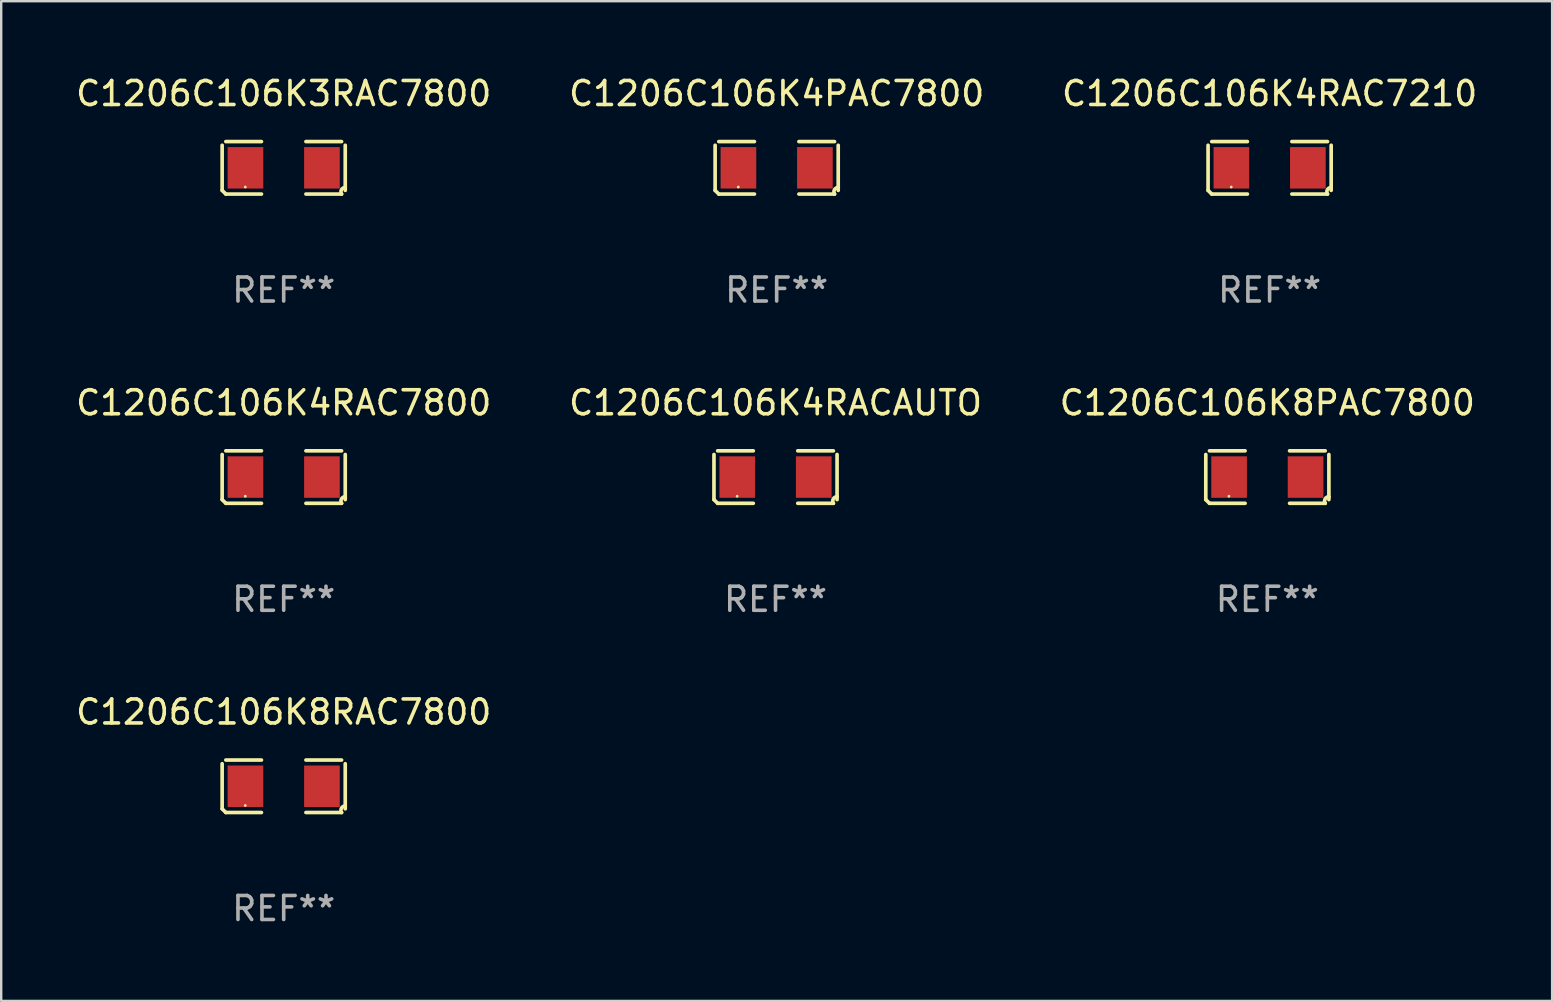
<source format=kicad_pcb>
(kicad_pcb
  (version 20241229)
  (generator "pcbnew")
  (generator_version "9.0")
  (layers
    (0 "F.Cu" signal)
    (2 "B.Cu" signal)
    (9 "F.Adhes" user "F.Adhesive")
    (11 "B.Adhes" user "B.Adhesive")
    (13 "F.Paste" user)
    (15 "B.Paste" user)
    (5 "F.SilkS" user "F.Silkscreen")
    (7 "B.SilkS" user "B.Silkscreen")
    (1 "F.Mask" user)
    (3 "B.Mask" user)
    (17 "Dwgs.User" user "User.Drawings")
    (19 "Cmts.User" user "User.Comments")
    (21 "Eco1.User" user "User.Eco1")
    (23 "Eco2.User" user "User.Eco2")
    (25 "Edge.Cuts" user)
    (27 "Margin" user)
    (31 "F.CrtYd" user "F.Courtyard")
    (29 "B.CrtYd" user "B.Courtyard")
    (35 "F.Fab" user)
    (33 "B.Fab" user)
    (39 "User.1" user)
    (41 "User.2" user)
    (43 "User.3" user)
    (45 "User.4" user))
  (footprint "C1206C106K4RAC7210"
    (layer "F.Cu")
    (at 49.839 3.941)
    (property "Reference" "C1206C106K4RAC7210" (at 0 -3.093 0) (layer "F.SilkS") (effects (font (size 1 1) (thickness 0.15))))
    (attr through_hole)
    (fp_line (start -2.564 0.94) (end -2.564 -0.94) (stroke (width 0.152) (type solid)) (layer "F.SilkS"))
    (fp_line (start -2.411 -1.093) (end -0.926 -1.093) (stroke (width 0.152) (type solid)) (layer "F.SilkS"))
    (fp_line (start -0.926 1.093) (end -2.411 1.093) (stroke (width 0.152) (type solid)) (layer "F.SilkS"))
    (fp_line (start 0.926 1.093) (end 2.411 1.093) (stroke (width 0.152) (type solid)) (layer "F.SilkS"))
    (fp_line (start 2.411 -1.093) (end 0.926 -1.093) (stroke (width 0.152) (type solid)) (layer "F.SilkS"))
    (fp_line (start 2.564 0.94) (end 2.564 -0.94) (stroke (width 0.152) (type solid)) (layer "F.SilkS"))
    (fp_arc (start -2.411201 1.092609) (mid -2.487413 1.01642) (end -2.563602 0.940208) (stroke (width 0.1524) (type solid)) (layer "F.SilkS"))
    (fp_arc (start 2.411201 1.092609) (mid 2.407159 0.911226) (end 2.563602 0.819347) (stroke (width 0.1524) (type solid)) (layer "F.SilkS"))
    (fp_circle (center -1.6 0.8) (end -1.57 0.8) (stroke (width 0.06) (type solid)) (fill no) (layer "F.SilkS"))
    (fp_text user "REF**" (at 0 5.093 0) (layer "F.Fab") (effects (font (size 1 1) (thickness 0.15))))
    (pad "1" smd rect (at -1.593 0) (size 1.485 1.728) (layers "F.Cu" "F.Mask" "F.Paste"))
    (pad "2" smd rect (at 1.593 0) (size 1.485 1.728) (layers "F.Cu" "F.Mask" "F.Paste")))
  (footprint "C1206C106K8PAC7800"
    (layer "F.Cu")
    (at 49.744 16.823)
    (property "Reference" "C1206C106K8PAC7800" (at 0 -3.093 0) (layer "F.SilkS") (effects (font (size 1 1) (thickness 0.15))))
    (attr through_hole)
    (fp_line (start -2.564 0.94) (end -2.564 -0.94) (stroke (width 0.152) (type solid)) (layer "F.SilkS"))
    (fp_line (start -2.411 -1.093) (end -0.926 -1.093) (stroke (width 0.152) (type solid)) (layer "F.SilkS"))
    (fp_line (start -0.926 1.093) (end -2.411 1.093) (stroke (width 0.152) (type solid)) (layer "F.SilkS"))
    (fp_line (start 0.926 1.093) (end 2.411 1.093) (stroke (width 0.152) (type solid)) (layer "F.SilkS"))
    (fp_line (start 2.411 -1.093) (end 0.926 -1.093) (stroke (width 0.152) (type solid)) (layer "F.SilkS"))
    (fp_line (start 2.564 0.94) (end 2.564 -0.94) (stroke (width 0.152) (type solid)) (layer "F.SilkS"))
    (fp_arc (start -2.411201 1.092609) (mid -2.487413 1.01642) (end -2.563602 0.940208) (stroke (width 0.1524) (type solid)) (layer "F.SilkS"))
    (fp_arc (start 2.411201 1.092609) (mid 2.407159 0.911226) (end 2.563602 0.819347) (stroke (width 0.1524) (type solid)) (layer "F.SilkS"))
    (fp_circle (center -1.6 0.8) (end -1.57 0.8) (stroke (width 0.06) (type solid)) (fill no) (layer "F.SilkS"))
    (fp_text user "REF**" (at 0 5.093 0) (layer "F.Fab") (effects (font (size 1 1) (thickness 0.15))))
    (pad "1" smd rect (at -1.593 0) (size 1.485 1.728) (layers "F.Cu" "F.Mask" "F.Paste"))
    (pad "2" smd rect (at 1.593 0) (size 1.485 1.728) (layers "F.Cu" "F.Mask" "F.Paste")))
  (footprint "C1206C106K8RAC7800"
    (layer "F.Cu")
    (at 8.768 29.704)
    (property "Reference" "C1206C106K8RAC7800" (at 0 -3.093 0) (layer "F.SilkS") (effects (font (size 1 1) (thickness 0.15))))
    (attr through_hole)
    (fp_line (start -2.564 0.94) (end -2.564 -0.94) (stroke (width 0.152) (type solid)) (layer "F.SilkS"))
    (fp_line (start -2.411 -1.093) (end -0.926 -1.093) (stroke (width 0.152) (type solid)) (layer "F.SilkS"))
    (fp_line (start -0.926 1.093) (end -2.411 1.093) (stroke (width 0.152) (type solid)) (layer "F.SilkS"))
    (fp_line (start 0.926 1.093) (end 2.411 1.093) (stroke (width 0.152) (type solid)) (layer "F.SilkS"))
    (fp_line (start 2.411 -1.093) (end 0.926 -1.093) (stroke (width 0.152) (type solid)) (layer "F.SilkS"))
    (fp_line (start 2.564 0.94) (end 2.564 -0.94) (stroke (width 0.152) (type solid)) (layer "F.SilkS"))
    (fp_arc (start -2.411201 1.092609) (mid -2.487413 1.01642) (end -2.563602 0.940208) (stroke (width 0.1524) (type solid)) (layer "F.SilkS"))
    (fp_arc (start 2.411201 1.092609) (mid 2.407159 0.911226) (end 2.563602 0.819347) (stroke (width 0.1524) (type solid)) (layer "F.SilkS"))
    (fp_circle (center -1.6 0.8) (end -1.57 0.8) (stroke (width 0.06) (type solid)) (fill no) (layer "F.SilkS"))
    (fp_text user "REF**" (at 0 5.093 0) (layer "F.Fab") (effects (font (size 1 1) (thickness 0.15))))
    (pad "1" smd rect (at -1.593 0) (size 1.485 1.728) (layers "F.Cu" "F.Mask" "F.Paste"))
    (pad "2" smd rect (at 1.593 0) (size 1.485 1.728) (layers "F.Cu" "F.Mask" "F.Paste")))
  (footprint "C1206C106K4RACAUTO"
    (layer "F.Cu")
    (at 29.256 16.823)
    (property "Reference" "C1206C106K4RACAUTO" (at 0 -3.093 0) (layer "F.SilkS") (effects (font (size 1 1) (thickness 0.15))))
    (attr through_hole)
    (fp_line (start -2.564 0.94) (end -2.564 -0.94) (stroke (width 0.152) (type solid)) (layer "F.SilkS"))
    (fp_line (start -2.411 -1.093) (end -0.926 -1.093) (stroke (width 0.152) (type solid)) (layer "F.SilkS"))
    (fp_line (start -0.926 1.093) (end -2.411 1.093) (stroke (width 0.152) (type solid)) (layer "F.SilkS"))
    (fp_line (start 0.926 1.093) (end 2.411 1.093) (stroke (width 0.152) (type solid)) (layer "F.SilkS"))
    (fp_line (start 2.411 -1.093) (end 0.926 -1.093) (stroke (width 0.152) (type solid)) (layer "F.SilkS"))
    (fp_line (start 2.564 0.94) (end 2.564 -0.94) (stroke (width 0.152) (type solid)) (layer "F.SilkS"))
    (fp_arc (start -2.411201 1.092609) (mid -2.487413 1.01642) (end -2.563602 0.940208) (stroke (width 0.1524) (type solid)) (layer "F.SilkS"))
    (fp_arc (start 2.411201 1.092609) (mid 2.407159 0.911226) (end 2.563602 0.819347) (stroke (width 0.1524) (type solid)) (layer "F.SilkS"))
    (fp_circle (center -1.6 0.8) (end -1.57 0.8) (stroke (width 0.06) (type solid)) (fill no) (layer "F.SilkS"))
    (fp_text user "REF**" (at 0 5.093 0) (layer "F.Fab") (effects (font (size 1 1) (thickness 0.15))))
    (pad "1" smd rect (at -1.593 0) (size 1.485 1.728) (layers "F.Cu" "F.Mask" "F.Paste"))
    (pad "2" smd rect (at 1.593 0) (size 1.485 1.728) (layers "F.Cu" "F.Mask" "F.Paste")))
  (footprint "C1206C106K4RAC7800"
    (layer "F.Cu")
    (at 8.768 16.823)
    (property "Reference" "C1206C106K4RAC7800" (at 0 -3.093 0) (layer "F.SilkS") (effects (font (size 1 1) (thickness 0.15))))
    (attr through_hole)
    (fp_line (start -2.564 0.94) (end -2.564 -0.94) (stroke (width 0.152) (type solid)) (layer "F.SilkS"))
    (fp_line (start -2.411 -1.093) (end -0.926 -1.093) (stroke (width 0.152) (type solid)) (layer "F.SilkS"))
    (fp_line (start -0.926 1.093) (end -2.411 1.093) (stroke (width 0.152) (type solid)) (layer "F.SilkS"))
    (fp_line (start 0.926 1.093) (end 2.411 1.093) (stroke (width 0.152) (type solid)) (layer "F.SilkS"))
    (fp_line (start 2.411 -1.093) (end 0.926 -1.093) (stroke (width 0.152) (type solid)) (layer "F.SilkS"))
    (fp_line (start 2.564 0.94) (end 2.564 -0.94) (stroke (width 0.152) (type solid)) (layer "F.SilkS"))
    (fp_arc (start -2.411201 1.092609) (mid -2.487413 1.01642) (end -2.563602 0.940208) (stroke (width 0.1524) (type solid)) (layer "F.SilkS"))
    (fp_arc (start 2.411201 1.092609) (mid 2.407159 0.911226) (end 2.563602 0.819347) (stroke (width 0.1524) (type solid)) (layer "F.SilkS"))
    (fp_circle (center -1.6 0.8) (end -1.57 0.8) (stroke (width 0.06) (type solid)) (fill no) (layer "F.SilkS"))
    (fp_text user "REF**" (at 0 5.093 0) (layer "F.Fab") (effects (font (size 1 1) (thickness 0.15))))
    (pad "1" smd rect (at -1.593 0) (size 1.485 1.728) (layers "F.Cu" "F.Mask" "F.Paste"))
    (pad "2" smd rect (at 1.593 0) (size 1.485 1.728) (layers "F.Cu" "F.Mask" "F.Paste")))
  (footprint "C1206C106K4PAC7800"
    (layer "F.Cu")
    (at 29.304 3.941)
    (property "Reference" "C1206C106K4PAC7800" (at 0 -3.093 0) (layer "F.SilkS") (effects (font (size 1 1) (thickness 0.15))))
    (attr through_hole)
    (fp_line (start -2.564 0.94) (end -2.564 -0.94) (stroke (width 0.152) (type solid)) (layer "F.SilkS"))
    (fp_line (start -2.411 -1.093) (end -0.926 -1.093) (stroke (width 0.152) (type solid)) (layer "F.SilkS"))
    (fp_line (start -0.926 1.093) (end -2.411 1.093) (stroke (width 0.152) (type solid)) (layer "F.SilkS"))
    (fp_line (start 0.926 1.093) (end 2.411 1.093) (stroke (width 0.152) (type solid)) (layer "F.SilkS"))
    (fp_line (start 2.411 -1.093) (end 0.926 -1.093) (stroke (width 0.152) (type solid)) (layer "F.SilkS"))
    (fp_line (start 2.564 0.94) (end 2.564 -0.94) (stroke (width 0.152) (type solid)) (layer "F.SilkS"))
    (fp_arc (start -2.411201 1.092609) (mid -2.487413 1.01642) (end -2.563602 0.940208) (stroke (width 0.1524) (type solid)) (layer "F.SilkS"))
    (fp_arc (start 2.411201 1.092609) (mid 2.407159 0.911226) (end 2.563602 0.819347) (stroke (width 0.1524) (type solid)) (layer "F.SilkS"))
    (fp_circle (center -1.6 0.8) (end -1.57 0.8) (stroke (width 0.06) (type solid)) (fill no) (layer "F.SilkS"))
    (fp_text user "REF**" (at 0 5.093 0) (layer "F.Fab") (effects (font (size 1 1) (thickness 0.15))))
    (pad "1" smd rect (at -1.593 0) (size 1.485 1.728) (layers "F.Cu" "F.Mask" "F.Paste"))
    (pad "2" smd rect (at 1.593 0) (size 1.485 1.728) (layers "F.Cu" "F.Mask" "F.Paste")))
  (footprint "C1206C106K3RAC7800"
    (layer "F.Cu")
    (at 8.768 3.941)
    (property "Reference" "C1206C106K3RAC7800" (at 0 -3.093 0) (layer "F.SilkS") (effects (font (size 1 1) (thickness 0.15))))
    (attr through_hole)
    (fp_line (start -2.564 0.94) (end -2.564 -0.94) (stroke (width 0.152) (type solid)) (layer "F.SilkS"))
    (fp_line (start -2.411 -1.093) (end -0.926 -1.093) (stroke (width 0.152) (type solid)) (layer "F.SilkS"))
    (fp_line (start -0.926 1.093) (end -2.411 1.093) (stroke (width 0.152) (type solid)) (layer "F.SilkS"))
    (fp_line (start 0.926 1.093) (end 2.411 1.093) (stroke (width 0.152) (type solid)) (layer "F.SilkS"))
    (fp_line (start 2.411 -1.093) (end 0.926 -1.093) (stroke (width 0.152) (type solid)) (layer "F.SilkS"))
    (fp_line (start 2.564 0.94) (end 2.564 -0.94) (stroke (width 0.152) (type solid)) (layer "F.SilkS"))
    (fp_arc (start -2.411201 1.092609) (mid -2.487413 1.01642) (end -2.563602 0.940208) (stroke (width 0.1524) (type solid)) (layer "F.SilkS"))
    (fp_arc (start 2.411201 1.092609) (mid 2.407159 0.911226) (end 2.563602 0.819347) (stroke (width 0.1524) (type solid)) (layer "F.SilkS"))
    (fp_circle (center -1.6 0.8) (end -1.57 0.8) (stroke (width 0.06) (type solid)) (fill no) (layer "F.SilkS"))
    (fp_text user "REF**" (at 0 5.093 0) (layer "F.Fab") (effects (font (size 1 1) (thickness 0.15))))
    (pad "1" smd rect (at -1.593 0) (size 1.485 1.728) (layers "F.Cu" "F.Mask" "F.Paste"))
    (pad "2" smd rect (at 1.593 0) (size 1.485 1.728) (layers "F.Cu" "F.Mask" "F.Paste")))
  (gr_rect
    (start -3 -3)
    (end 61.607 38.645)
    (stroke (width 0.1) (type default))
    (fill no)
    (layer "Edge.Cuts")))
</source>
